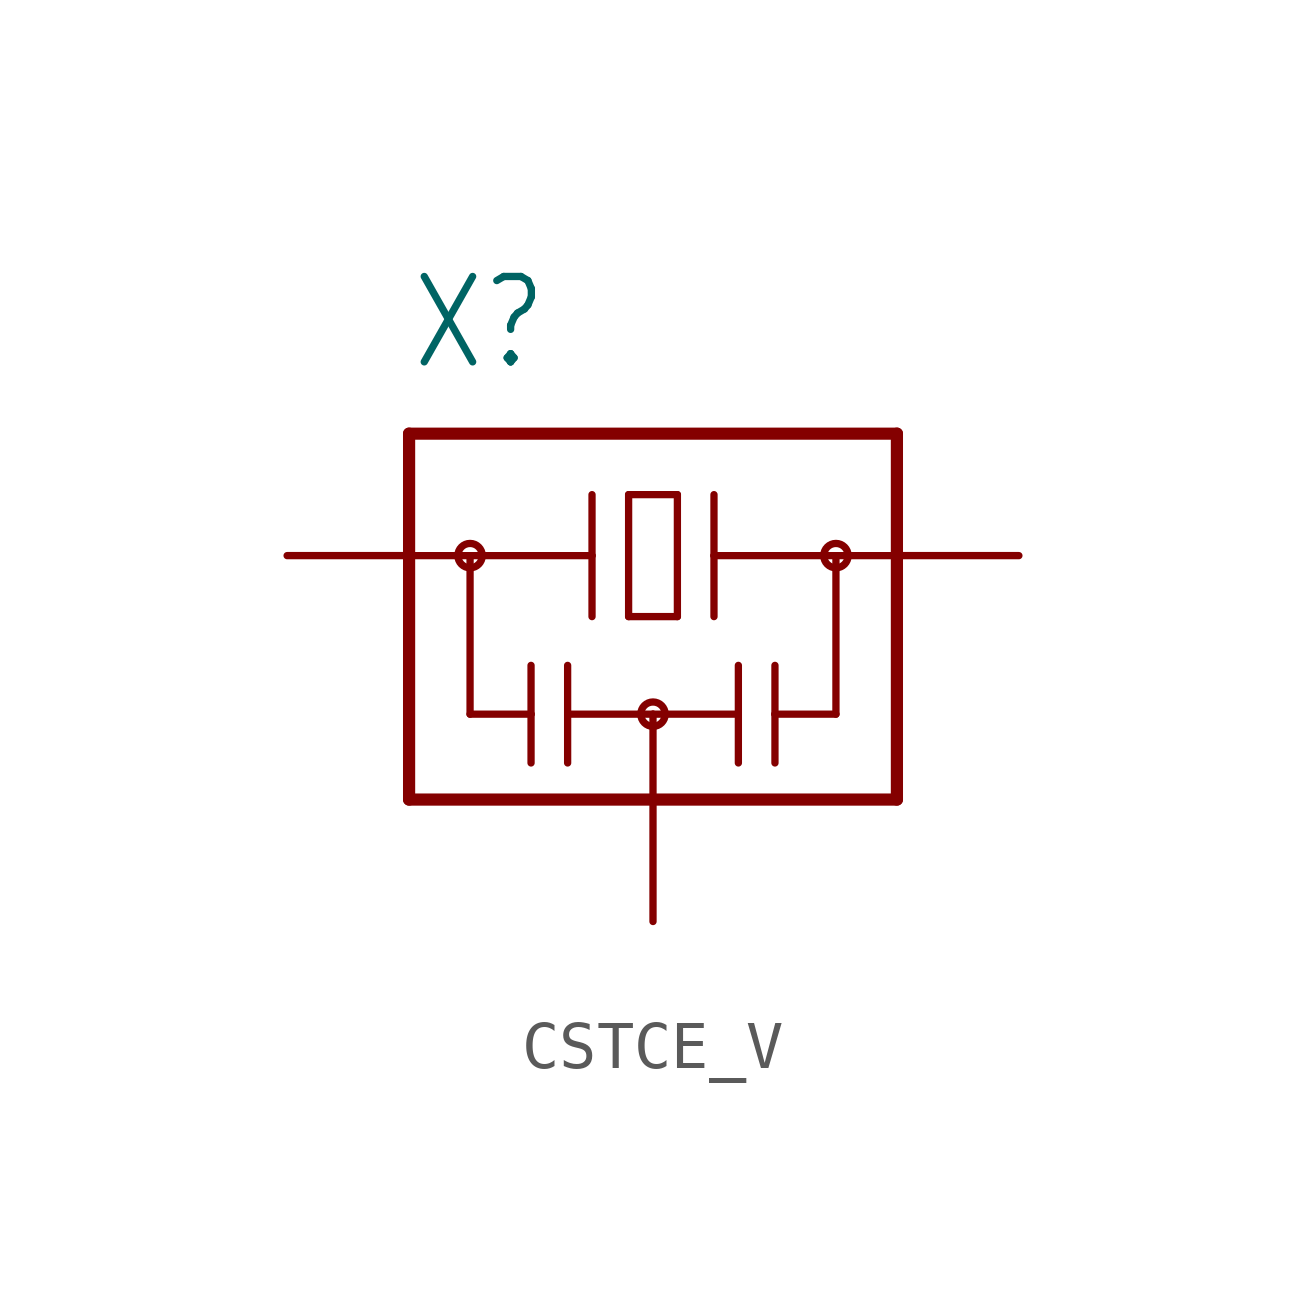
<source format=kicad_sym>
(kicad_symbol_lib
  (version 20231120)
  (generator "kicad_symbol_editor")
  (generator_version "8.0")
  (symbol "CSTCE_V"
    (property "Reference" "X"
      (at -5.08 3.81 0)
      (effects (font (size 1.778 1.511)) (justify left bottom)))
    (property "Value" ""
      (at 2.54 -7.62 0)
      (effects (font (size 1.778 1.511)) (justify left bottom)))
    (property "ki_locked" ""
      (at 0 0 0)
      (effects (font (size 1.27 1.27))))
    (symbol "CSTCE_V_1_0"
      (circle (center -3.81 0) (radius 0.254) (stroke (width 0) (type solid)) (fill (type none)))
      (circle (center 0 -3.302) (radius 0.254) (stroke (width 0) (type solid)) (fill (type none)))
      (polyline (pts (xy -5.08 -5.08) (xy -5.08 0)) (stroke (width 0.254) (type solid)) (fill (type none)))
      (polyline (pts (xy -5.08 0) (xy -5.08 2.54)) (stroke (width 0.254) (type solid)) (fill (type none)))
      (polyline (pts (xy -5.08 0) (xy -3.81 0)) (stroke (width 0.152) (type solid)) (fill (type none)))
      (polyline (pts (xy -5.08 2.54) (xy 5.08 2.54)) (stroke (width 0.254) (type solid)) (fill (type none)))
      (polyline (pts (xy -3.81 -3.302) (xy -3.81 0)) (stroke (width 0.152) (type solid)) (fill (type none)))
      (polyline (pts (xy -3.81 0) (xy -1.27 0)) (stroke (width 0.152) (type solid)) (fill (type none)))
      (polyline (pts (xy -2.54 -3.302) (xy -3.81 -3.302)) (stroke (width 0.152) (type solid)) (fill (type none)))
      (polyline (pts (xy -2.54 -3.302) (xy -2.54 -4.318)) (stroke (width 0.152) (type solid)) (fill (type none)))
      (polyline (pts (xy -2.54 -2.286) (xy -2.54 -3.302)) (stroke (width 0.152) (type solid)) (fill (type none)))
      (polyline (pts (xy -1.778 -2.286) (xy -1.778 -4.318)) (stroke (width 0.152) (type solid)) (fill (type none)))
      (polyline (pts (xy -1.27 0) (xy -1.27 -1.27)) (stroke (width 0.152) (type solid)) (fill (type none)))
      (polyline (pts (xy -1.27 0) (xy -1.27 1.27)) (stroke (width 0.152) (type solid)) (fill (type none)))
      (polyline (pts (xy -0.508 -1.27) (xy 0.508 -1.27)) (stroke (width 0.152) (type solid)) (fill (type none)))
      (polyline (pts (xy -0.508 1.27) (xy -0.508 -1.27)) (stroke (width 0.152) (type solid)) (fill (type none)))
      (polyline (pts (xy 0 -5.08) (xy -5.08 -5.08)) (stroke (width 0.254) (type solid)) (fill (type none)))
      (polyline (pts (xy 0 -5.08) (xy 0 -3.302)) (stroke (width 0.152) (type solid)) (fill (type none)))
      (polyline (pts (xy 0 -3.302) (xy -1.778 -3.302)) (stroke (width 0.152) (type solid)) (fill (type none)))
      (polyline (pts (xy 0 -3.302) (xy 1.778 -3.302)) (stroke (width 0.152) (type solid)) (fill (type none)))
      (polyline (pts (xy 0.508 -1.27) (xy 0.508 1.27)) (stroke (width 0.152) (type solid)) (fill (type none)))
      (polyline (pts (xy 0.508 1.27) (xy -0.508 1.27)) (stroke (width 0.152) (type solid)) (fill (type none)))
      (polyline (pts (xy 1.27 0) (xy 1.27 -1.27)) (stroke (width 0.152) (type solid)) (fill (type none)))
      (polyline (pts (xy 1.27 0) (xy 3.81 0)) (stroke (width 0.152) (type solid)) (fill (type none)))
      (polyline (pts (xy 1.27 1.27) (xy 1.27 0)) (stroke (width 0.152) (type solid)) (fill (type none)))
      (polyline (pts (xy 1.778 -2.286) (xy 1.778 -4.318)) (stroke (width 0.152) (type solid)) (fill (type none)))
      (polyline (pts (xy 2.54 -3.302) (xy 2.54 -4.318)) (stroke (width 0.152) (type solid)) (fill (type none)))
      (polyline (pts (xy 2.54 -3.302) (xy 3.81 -3.302)) (stroke (width 0.152) (type solid)) (fill (type none)))
      (polyline (pts (xy 2.54 -2.286) (xy 2.54 -3.302)) (stroke (width 0.152) (type solid)) (fill (type none)))
      (polyline (pts (xy 3.81 -3.302) (xy 3.81 0)) (stroke (width 0.152) (type solid)) (fill (type none)))
      (polyline (pts (xy 3.81 0) (xy 5.08 0)) (stroke (width 0.152) (type solid)) (fill (type none)))
      (polyline (pts (xy 5.08 -5.08) (xy 0 -5.08)) (stroke (width 0.254) (type solid)) (fill (type none)))
      (polyline (pts (xy 5.08 0) (xy 5.08 -5.08)) (stroke (width 0.254) (type solid)) (fill (type none)))
      (polyline (pts (xy 5.08 2.54) (xy 5.08 0)) (stroke (width 0.254) (type solid)) (fill (type none)))
      (circle (center 3.81 0) (radius 0.254) (stroke (width 0) (type solid)) (fill (type none)))
      (pin passive line (at -7.62 0 0) (length 2.54) (name "1" (effects (font (size 0 0)))) (number "P$1" (effects (font (size 0 0)))))
      (pin passive line (at 0 -7.62 90) (length 2.54) (name "2" (effects (font (size 0 0)))) (number "P$2" (effects (font (size 0 0)))))
      (pin passive line (at 7.62 0 180) (length 2.54) (name "3" (effects (font (size 0 0)))) (number "P$3" (effects (font (size 0 0))))))))
</source>
